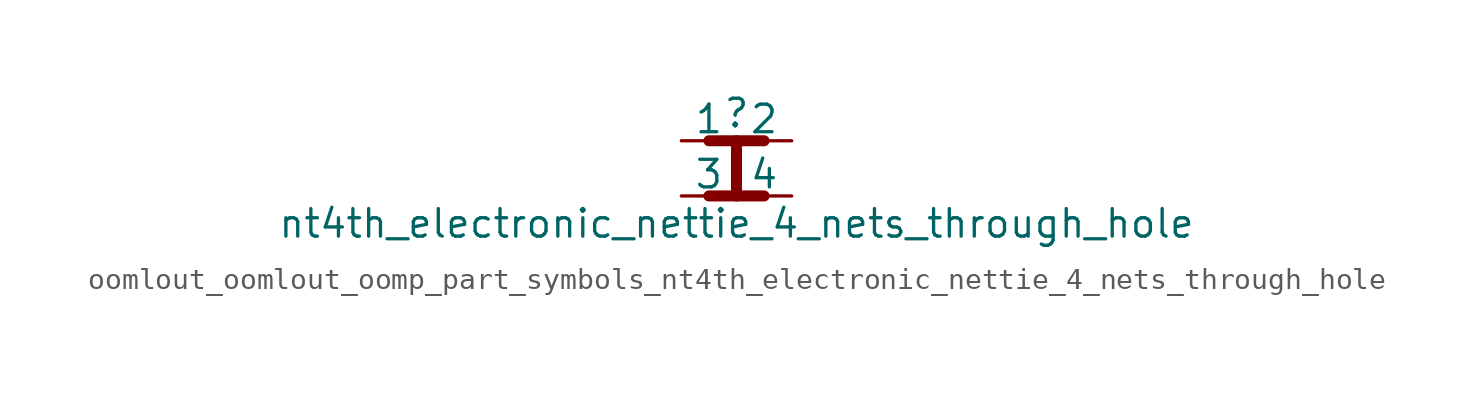
<source format=kicad_sym>
(kicad_symbol_lib
  (version 20220914)
  (generator kicad_symbol_editor)
  (symbol "oomlout_oomlout_oomp_part_symbols_nt4th_electronic_nettie_4_nets_through_hole"
    (pin_numbers hide)
    (pin_names
      (offset 0))
    (property "Reference" ""
      (at 0 1.27 0)
      (effects (font (size 1.27 1.27))))
    (property "Value" "nt4th_electronic_nettie_4_nets_through_hole"
      (at 0 -3.81 0)
      (effects (font (size 1.27 1.27))))
    (symbol "oomlout_oomlout_oomp_part_symbols_nt4th_electronic_nettie_4_nets_through_hole_0_1"
      (polyline (pts (xy -1.27 -2.54) (xy 1.27 -2.54)) (stroke (width 0.508) (type default)) (fill (type none)))
      (polyline (pts (xy -1.27 0) (xy 1.27 0)) (stroke (width 0.508) (type default)) (fill (type none)))
      (polyline (pts (xy 0 -2.54) (xy 0 0)) (stroke (width 0.508) (type default)) (fill (type none))))
    (symbol "oomlout_oomlout_oomp_part_symbols_nt4th_electronic_nettie_4_nets_through_hole_1_1"
      (pin passive line (at -2.54 0 0) (length 2.54) (name "1" (effects (font (size 1.27 1.27)))) (number "1" (effects (font (size 1.27 1.27)))))
      (pin passive line (at 2.54 0 180) (length 2.54) (name "2" (effects (font (size 1.27 1.27)))) (number "2" (effects (font (size 1.27 1.27)))))
      (pin passive line (at -2.54 -2.54 0) (length 2.54) (name "3" (effects (font (size 1.27 1.27)))) (number "3" (effects (font (size 1.27 1.27)))))
      (pin passive line (at 2.54 -2.54 180) (length 2.54) (name "4" (effects (font (size 1.27 1.27)))) (number "4" (effects (font (size 1.27 1.27))))))))
</source>
